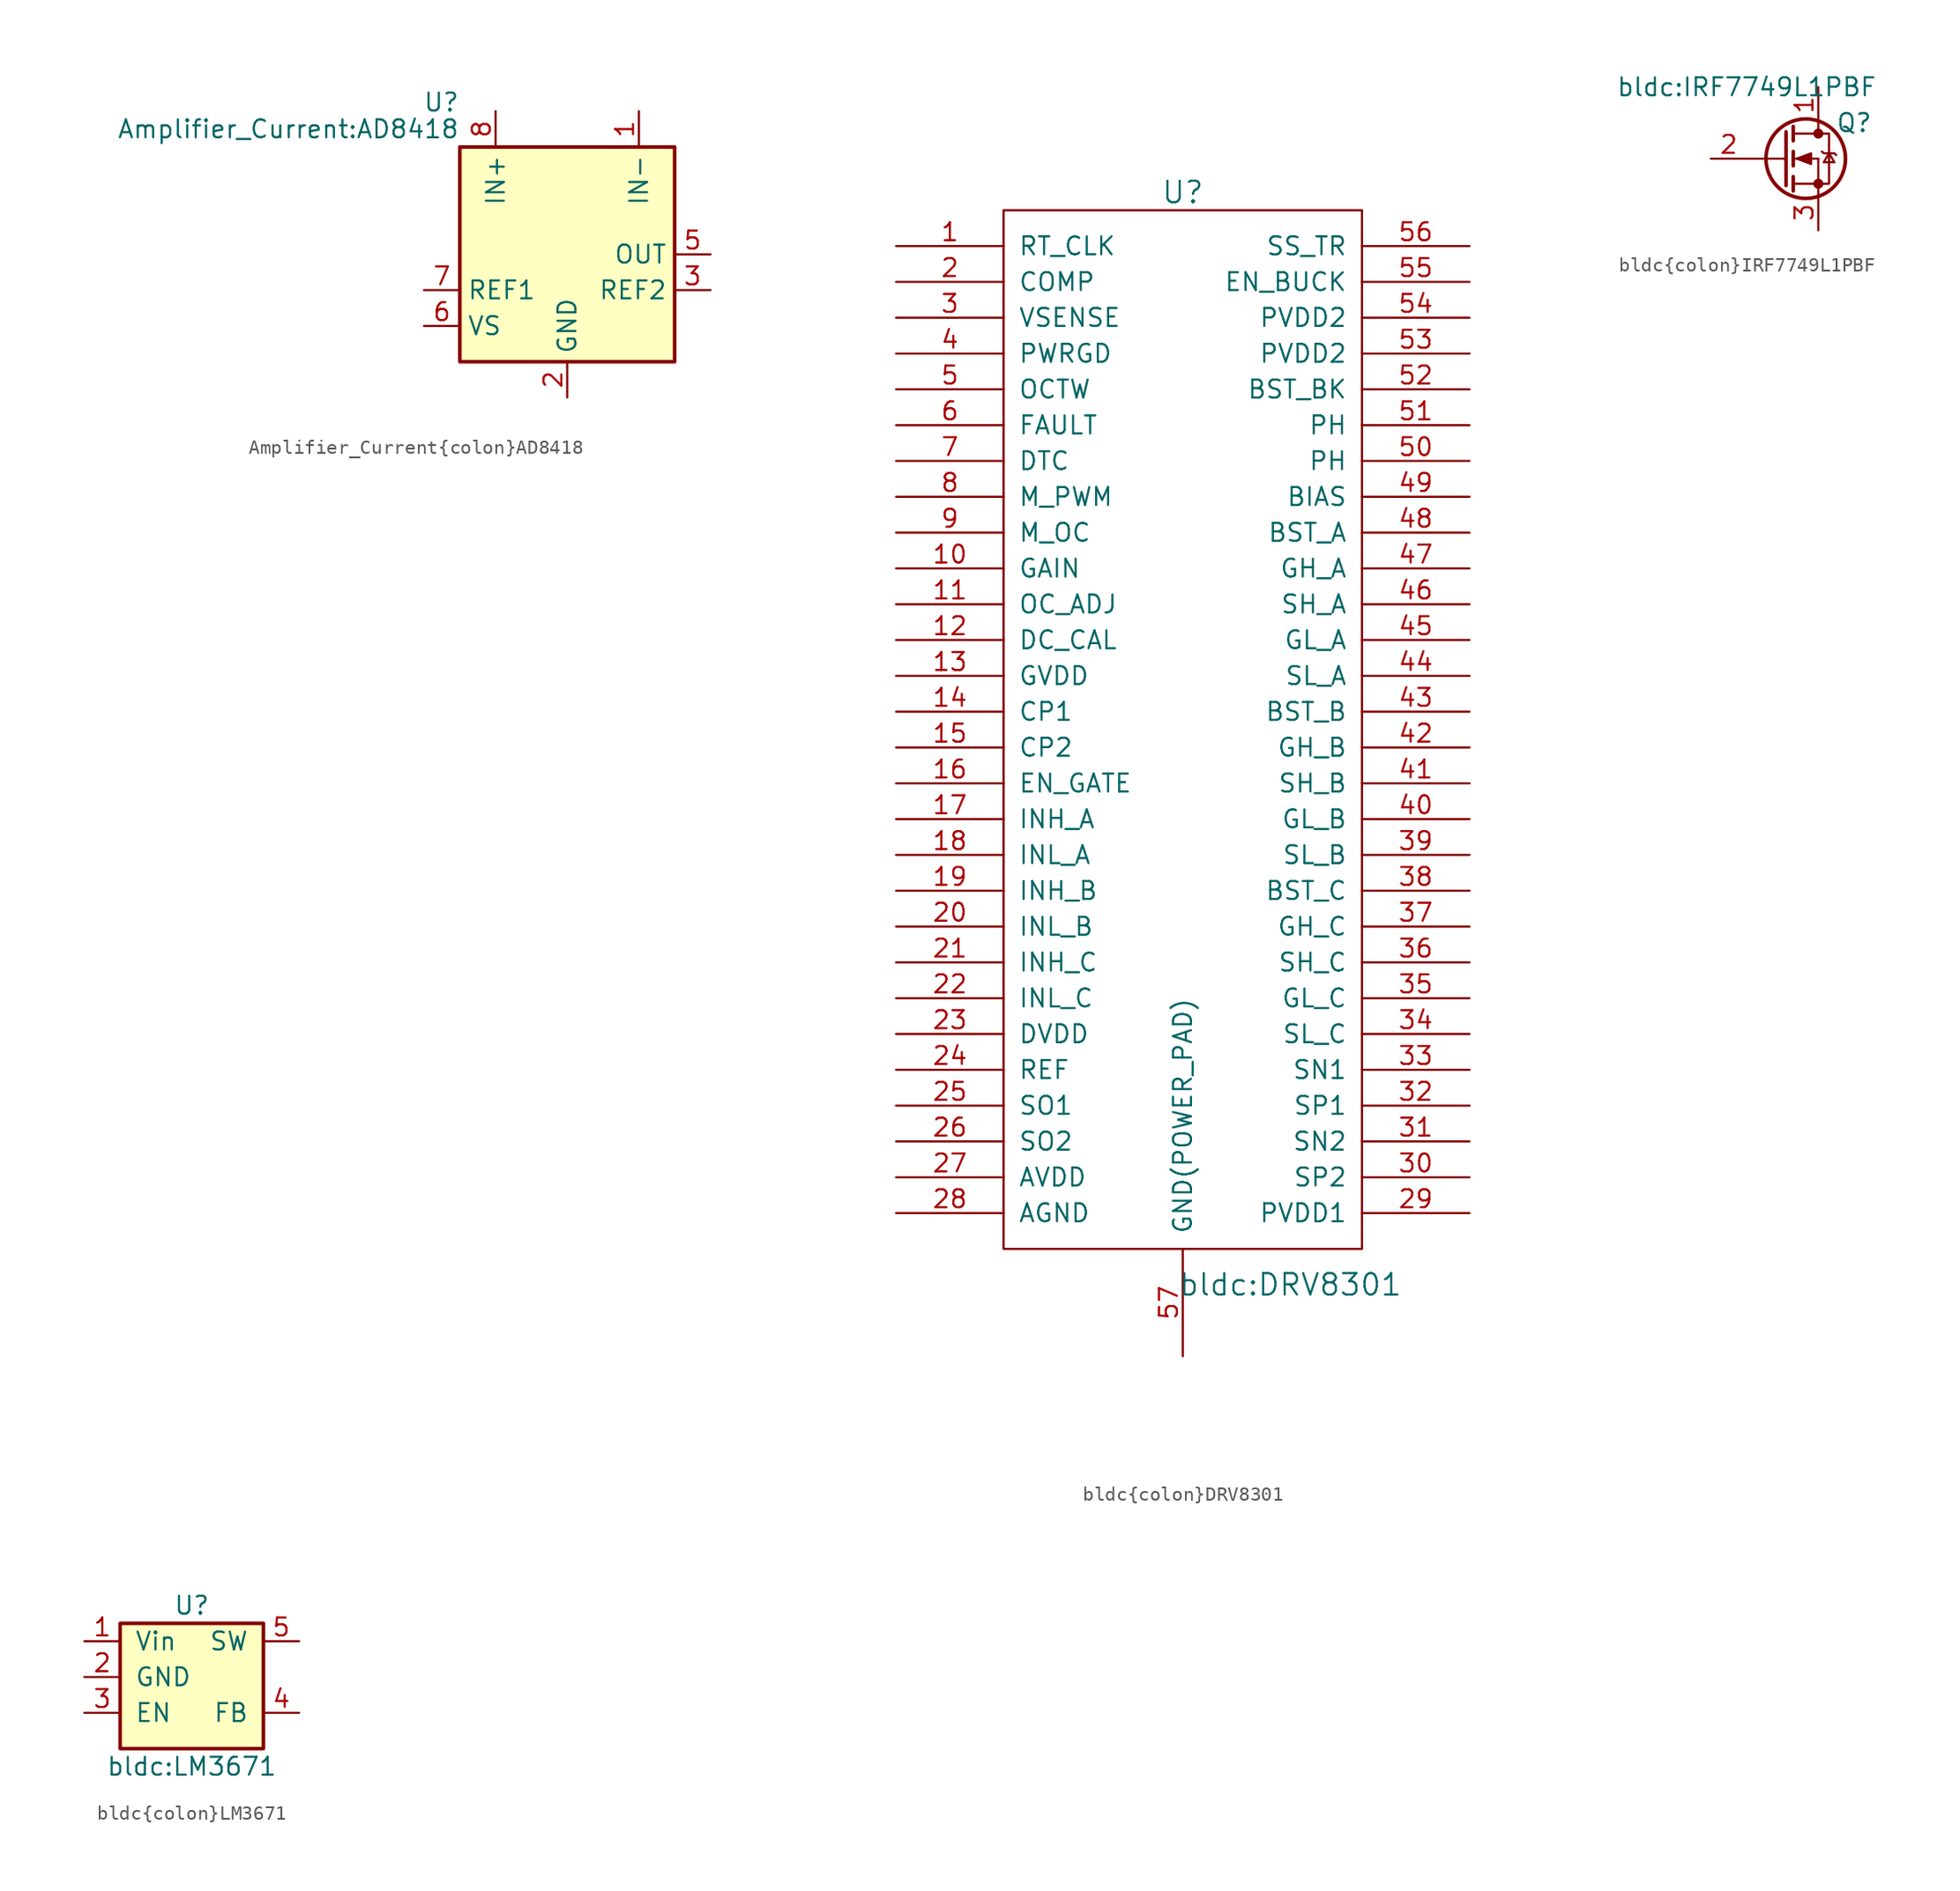
<source format=kicad_sym>
(kicad_symbol_lib
  (version 20231120)
  (generator "kicad_symbol_editor")
  (generator_version "8.0")
  (symbol "Amplifier_Current{colon}AD8418"
    (property "Reference" "U"
      (at -7.62 10.795 0)
      (effects (font (size 1.27 1.27)) (justify right)))
    (property "Value" "Amplifier_Current:AD8418"
      (at -7.62 8.89 0)
      (effects (font (size 1.27 1.27)) (justify right)))
    (symbol "Amplifier_Current{colon}AD8418_0_1"
      (rectangle (start -7.62 7.62) (end 7.62 -7.62) (stroke (width 0.254) (type solid)) (fill (type background))))
    (symbol "Amplifier_Current{colon}AD8418_1_1"
      (pin input line (at 5.08 10.16 270) (length 2.54) (name "IN-" (effects (font (size 1.27 1.27)))) (number "1" (effects (font (size 1.27 1.27)))))
      (pin power_in line (at 0 -10.16 90) (length 2.54) (name "GND" (effects (font (size 1.27 1.27)))) (number "2" (effects (font (size 1.27 1.27)))))
      (pin input line (at 10.16 -2.54 180) (length 2.54) (name "REF2" (effects (font (size 1.27 1.27)))) (number "3" (effects (font (size 1.27 1.27)))))
      (pin no_connect line (at 2.54 -7.62 90) (length 2.54) hide (name "NC" (effects (font (size 1.27 1.27)))) (number "4" (effects (font (size 1.27 1.27)))))
      (pin output line (at 10.16 0 180) (length 2.54) (name "OUT" (effects (font (size 1.27 1.27)))) (number "5" (effects (font (size 1.27 1.27)))))
      (pin power_in line (at -10.16 -5.08 0) (length 2.54) (name "VS" (effects (font (size 1.27 1.27)))) (number "6" (effects (font (size 1.27 1.27)))))
      (pin input line (at -10.16 -2.54 0) (length 2.54) (name "REF1" (effects (font (size 1.27 1.27)))) (number "7" (effects (font (size 1.27 1.27)))))
      (pin input line (at -5.08 10.16 270) (length 2.54) (name "IN+" (effects (font (size 1.27 1.27)))) (number "8" (effects (font (size 1.27 1.27)))))))
  (symbol "bldc{colon}DRV8301"
    (pin_names
      (offset 1.016))
    (property "Reference" "U"
      (at 0 38.1 0)
      (effects (font (size 1.524 1.524))))
    (property "Value" "bldc:DRV8301"
      (at 7.62 -39.37 0)
      (effects (font (size 1.524 1.524))))
    (property "Footprint" ""
      (at 0 0 0)
      (effects (font (size 1.524 1.524))))
    (property "Datasheet" ""
      (at 0 0 0)
      (effects (font (size 1.524 1.524))))
    (symbol "bldc{colon}DRV8301_0_1"
      (rectangle (start 12.7 -36.83) (end -12.7 36.83) (stroke (width 0) (type solid)) (fill (type none))))
    (symbol "bldc{colon}DRV8301_1_0"
      (pin passive line (at 20.32 21.59 180) (length 7.62) (name "PH" (effects (font (size 1.27 1.27)))) (number "51" (effects (font (size 1.27 1.27))))))
    (symbol "bldc{colon}DRV8301_1_1"
      (pin input line (at -20.32 34.29 0) (length 7.62) (name "RT_CLK" (effects (font (size 1.27 1.27)))) (number "1" (effects (font (size 1.27 1.27)))))
      (pin input line (at -20.32 11.43 0) (length 7.62) (name "GAIN" (effects (font (size 1.27 1.27)))) (number "10" (effects (font (size 1.27 1.27)))))
      (pin input line (at -20.32 8.89 0) (length 7.62) (name "OC_ADJ" (effects (font (size 1.27 1.27)))) (number "11" (effects (font (size 1.27 1.27)))))
      (pin input line (at -20.32 6.35 0) (length 7.62) (name "DC_CAL" (effects (font (size 1.27 1.27)))) (number "12" (effects (font (size 1.27 1.27)))))
      (pin power_out line (at -20.32 3.81 0) (length 7.62) (name "GVDD" (effects (font (size 1.27 1.27)))) (number "13" (effects (font (size 1.27 1.27)))))
      (pin power_out line (at -20.32 1.27 0) (length 7.62) (name "CP1" (effects (font (size 1.27 1.27)))) (number "14" (effects (font (size 1.27 1.27)))))
      (pin power_out line (at -20.32 -1.27 0) (length 7.62) (name "CP2" (effects (font (size 1.27 1.27)))) (number "15" (effects (font (size 1.27 1.27)))))
      (pin input line (at -20.32 -3.81 0) (length 7.62) (name "EN_GATE" (effects (font (size 1.27 1.27)))) (number "16" (effects (font (size 1.27 1.27)))))
      (pin input line (at -20.32 -6.35 0) (length 7.62) (name "INH_A" (effects (font (size 1.27 1.27)))) (number "17" (effects (font (size 1.27 1.27)))))
      (pin input line (at -20.32 -8.89 0) (length 7.62) (name "INL_A" (effects (font (size 1.27 1.27)))) (number "18" (effects (font (size 1.27 1.27)))))
      (pin input line (at -20.32 -11.43 0) (length 7.62) (name "INH_B" (effects (font (size 1.27 1.27)))) (number "19" (effects (font (size 1.27 1.27)))))
      (pin output line (at -20.32 31.75 0) (length 7.62) (name "COMP" (effects (font (size 1.27 1.27)))) (number "2" (effects (font (size 1.27 1.27)))))
      (pin input line (at -20.32 -13.97 0) (length 7.62) (name "INL_B" (effects (font (size 1.27 1.27)))) (number "20" (effects (font (size 1.27 1.27)))))
      (pin input line (at -20.32 -16.51 0) (length 7.62) (name "INH_C" (effects (font (size 1.27 1.27)))) (number "21" (effects (font (size 1.27 1.27)))))
      (pin input line (at -20.32 -19.05 0) (length 7.62) (name "INL_C" (effects (font (size 1.27 1.27)))) (number "22" (effects (font (size 1.27 1.27)))))
      (pin power_out line (at -20.32 -21.59 0) (length 7.62) (name "DVDD" (effects (font (size 1.27 1.27)))) (number "23" (effects (font (size 1.27 1.27)))))
      (pin input line (at -20.32 -24.13 0) (length 7.62) (name "REF" (effects (font (size 1.27 1.27)))) (number "24" (effects (font (size 1.27 1.27)))))
      (pin output line (at -20.32 -26.67 0) (length 7.62) (name "SO1" (effects (font (size 1.27 1.27)))) (number "25" (effects (font (size 1.27 1.27)))))
      (pin output line (at -20.32 -29.21 0) (length 7.62) (name "SO2" (effects (font (size 1.27 1.27)))) (number "26" (effects (font (size 1.27 1.27)))))
      (pin power_out line (at -20.32 -31.75 0) (length 7.62) (name "AVDD" (effects (font (size 1.27 1.27)))) (number "27" (effects (font (size 1.27 1.27)))))
      (pin power_in line (at -20.32 -34.29 0) (length 7.62) (name "AGND" (effects (font (size 1.27 1.27)))) (number "28" (effects (font (size 1.27 1.27)))))
      (pin power_in line (at 20.32 -34.29 180) (length 7.62) (name "PVDD1" (effects (font (size 1.27 1.27)))) (number "29" (effects (font (size 1.27 1.27)))))
      (pin input line (at -20.32 29.21 0) (length 7.62) (name "VSENSE" (effects (font (size 1.27 1.27)))) (number "3" (effects (font (size 1.27 1.27)))))
      (pin input line (at 20.32 -31.75 180) (length 7.62) (name "SP2" (effects (font (size 1.27 1.27)))) (number "30" (effects (font (size 1.27 1.27)))))
      (pin input line (at 20.32 -29.21 180) (length 7.62) (name "SN2" (effects (font (size 1.27 1.27)))) (number "31" (effects (font (size 1.27 1.27)))))
      (pin input line (at 20.32 -26.67 180) (length 7.62) (name "SP1" (effects (font (size 1.27 1.27)))) (number "32" (effects (font (size 1.27 1.27)))))
      (pin input line (at 20.32 -24.13 180) (length 7.62) (name "SN1" (effects (font (size 1.27 1.27)))) (number "33" (effects (font (size 1.27 1.27)))))
      (pin input line (at 20.32 -21.59 180) (length 7.62) (name "SL_C" (effects (font (size 1.27 1.27)))) (number "34" (effects (font (size 1.27 1.27)))))
      (pin output line (at 20.32 -19.05 180) (length 7.62) (name "GL_C" (effects (font (size 1.27 1.27)))) (number "35" (effects (font (size 1.27 1.27)))))
      (pin input line (at 20.32 -16.51 180) (length 7.62) (name "SH_C" (effects (font (size 1.27 1.27)))) (number "36" (effects (font (size 1.27 1.27)))))
      (pin output line (at 20.32 -13.97 180) (length 7.62) (name "GH_C" (effects (font (size 1.27 1.27)))) (number "37" (effects (font (size 1.27 1.27)))))
      (pin power_out line (at 20.32 -11.43 180) (length 7.62) (name "BST_C" (effects (font (size 1.27 1.27)))) (number "38" (effects (font (size 1.27 1.27)))))
      (pin input line (at 20.32 -8.89 180) (length 7.62) (name "SL_B" (effects (font (size 1.27 1.27)))) (number "39" (effects (font (size 1.27 1.27)))))
      (pin input line (at -20.32 26.67 0) (length 7.62) (name "PWRGD" (effects (font (size 1.27 1.27)))) (number "4" (effects (font (size 1.27 1.27)))))
      (pin output line (at 20.32 -6.35 180) (length 7.62) (name "GL_B" (effects (font (size 1.27 1.27)))) (number "40" (effects (font (size 1.27 1.27)))))
      (pin input line (at 20.32 -3.81 180) (length 7.62) (name "SH_B" (effects (font (size 1.27 1.27)))) (number "41" (effects (font (size 1.27 1.27)))))
      (pin output line (at 20.32 -1.27 180) (length 7.62) (name "GH_B" (effects (font (size 1.27 1.27)))) (number "42" (effects (font (size 1.27 1.27)))))
      (pin power_out line (at 20.32 1.27 180) (length 7.62) (name "BST_B" (effects (font (size 1.27 1.27)))) (number "43" (effects (font (size 1.27 1.27)))))
      (pin input line (at 20.32 3.81 180) (length 7.62) (name "SL_A" (effects (font (size 1.27 1.27)))) (number "44" (effects (font (size 1.27 1.27)))))
      (pin output line (at 20.32 6.35 180) (length 7.62) (name "GL_A" (effects (font (size 1.27 1.27)))) (number "45" (effects (font (size 1.27 1.27)))))
      (pin input line (at 20.32 8.89 180) (length 7.62) (name "SH_A" (effects (font (size 1.27 1.27)))) (number "46" (effects (font (size 1.27 1.27)))))
      (pin output line (at 20.32 11.43 180) (length 7.62) (name "GH_A" (effects (font (size 1.27 1.27)))) (number "47" (effects (font (size 1.27 1.27)))))
      (pin power_out line (at 20.32 13.97 180) (length 7.62) (name "BST_A" (effects (font (size 1.27 1.27)))) (number "48" (effects (font (size 1.27 1.27)))))
      (pin input line (at 20.32 16.51 180) (length 7.62) (name "BIAS" (effects (font (size 1.27 1.27)))) (number "49" (effects (font (size 1.27 1.27)))))
      (pin output line (at -20.32 24.13 0) (length 7.62) (name "OCTW" (effects (font (size 1.27 1.27)))) (number "5" (effects (font (size 1.27 1.27)))))
      (pin output line (at 20.32 19.05 180) (length 7.62) (name "PH" (effects (font (size 1.27 1.27)))) (number "50" (effects (font (size 1.27 1.27)))))
      (pin power_out line (at 20.32 24.13 180) (length 7.62) (name "BST_BK" (effects (font (size 1.27 1.27)))) (number "52" (effects (font (size 1.27 1.27)))))
      (pin power_in line (at 20.32 26.67 180) (length 7.62) (name "PVDD2" (effects (font (size 1.27 1.27)))) (number "53" (effects (font (size 1.27 1.27)))))
      (pin power_in line (at 20.32 29.21 180) (length 7.62) (name "PVDD2" (effects (font (size 1.27 1.27)))) (number "54" (effects (font (size 1.27 1.27)))))
      (pin input line (at 20.32 31.75 180) (length 7.62) (name "EN_BUCK" (effects (font (size 1.27 1.27)))) (number "55" (effects (font (size 1.27 1.27)))))
      (pin input line (at 20.32 34.29 180) (length 7.62) (name "SS_TR" (effects (font (size 1.27 1.27)))) (number "56" (effects (font (size 1.27 1.27)))))
      (pin power_in line (at 0 -44.45 90) (length 7.62) (name "GND(POWER_PAD)" (effects (font (size 1.27 1.27)))) (number "57" (effects (font (size 1.27 1.27)))))
      (pin output line (at -20.32 21.59 0) (length 7.62) (name "FAULT" (effects (font (size 1.27 1.27)))) (number "6" (effects (font (size 1.27 1.27)))))
      (pin input line (at -20.32 19.05 0) (length 7.62) (name "DTC" (effects (font (size 1.27 1.27)))) (number "7" (effects (font (size 1.27 1.27)))))
      (pin input line (at -20.32 16.51 0) (length 7.62) (name "M_PWM" (effects (font (size 1.27 1.27)))) (number "8" (effects (font (size 1.27 1.27)))))
      (pin input line (at -20.32 13.97 0) (length 7.62) (name "M_OC" (effects (font (size 1.27 1.27)))) (number "9" (effects (font (size 1.27 1.27)))))))
  (symbol "bldc{colon}IRF7749L1PBF"
    (pin_names
      (offset 0) hide)
    (property "Reference" "Q"
      (at 2.54 2.54 0)
      (effects (font (size 1.27 1.27))))
    (property "Value" "bldc:IRF7749L1PBF"
      (at -5.08 5.08 0)
      (effects (font (size 1.27 1.27))))
    (symbol "bldc{colon}IRF7749L1PBF_1_1"
      (circle (center -0.889 0) (radius 2.819) (stroke (width 0.254) (type solid)) (fill (type none)))
      (circle (center 0 -1.778) (radius 0.279) (stroke (width 0) (type solid)) (fill (type outline)))
      (polyline (pts (xy -5.08 0) (xy -2.286 0)) (stroke (width 0) (type solid)) (fill (type none)))
      (polyline (pts (xy -1.778 -1.778) (xy 0 -1.778)) (stroke (width 0) (type solid)) (fill (type none)))
      (polyline (pts (xy -1.778 -1.27) (xy -1.778 -2.286)) (stroke (width 0.254) (type solid)) (fill (type none)))
      (polyline (pts (xy -1.778 0) (xy 0 0)) (stroke (width 0) (type solid)) (fill (type none)))
      (polyline (pts (xy -1.778 0.508) (xy -1.778 -0.508)) (stroke (width 0.254) (type solid)) (fill (type none)))
      (polyline (pts (xy -1.778 1.778) (xy 0 1.778)) (stroke (width 0) (type solid)) (fill (type none)))
      (polyline (pts (xy -1.778 2.286) (xy -1.778 1.27)) (stroke (width 0.254) (type solid)) (fill (type none)))
      (polyline (pts (xy 0 -1.778) (xy 0 -2.54)) (stroke (width 0) (type solid)) (fill (type none)))
      (polyline (pts (xy 0 -1.778) (xy 0 0)) (stroke (width 0) (type solid)) (fill (type none)))
      (polyline (pts (xy 0 2.54) (xy 0 1.778)) (stroke (width 0) (type solid)) (fill (type none)))
      (polyline (pts (xy -2.286 1.905) (xy -2.286 -1.905) (xy -2.286 -1.905)) (stroke (width 0.254) (type solid)) (fill (type none)))
      (polyline (pts (xy -1.524 0) (xy -0.508 0.381) (xy -0.508 -0.381) (xy -1.524 0)) (stroke (width 0) (type solid)) (fill (type outline)))
      (polyline (pts (xy 0 -1.778) (xy 0.762 -1.778) (xy 0.762 1.778) (xy 0 1.778)) (stroke (width 0) (type solid)) (fill (type none)))
      (polyline (pts (xy 0.254 0.508) (xy 0.381 0.381) (xy 1.143 0.381) (xy 1.27 0.254)) (stroke (width 0) (type solid)) (fill (type none)))
      (polyline (pts (xy 0.762 0.381) (xy 0.381 -0.254) (xy 1.143 -0.254) (xy 0.762 0.381)) (stroke (width 0) (type solid)) (fill (type none)))
      (circle (center 0 1.778) (radius 0.279) (stroke (width 0) (type solid)) (fill (type outline)))
      (pin passive line (at 0 5.08 270) (length 2.54) (name "D" (effects (font (size 1.27 1.27)))) (number "1" (effects (font (size 1.27 1.27)))))
      (pin input line (at -7.62 0 0) (length 2.54) (name "G" (effects (font (size 1.27 1.27)))) (number "2" (effects (font (size 1.27 1.27)))))
      (pin passive line (at 0 -5.08 90) (length 2.54) (name "S" (effects (font (size 1.27 1.27)))) (number "3" (effects (font (size 1.27 1.27)))))))
  (symbol "bldc{colon}LM3671"
    (pin_names
      (offset 1.016))
    (property "Reference" "U"
      (at 0 5.08 0)
      (effects (font (size 1.27 1.27))))
    (property "Value" "bldc:LM3671"
      (at 0 -6.35 0)
      (effects (font (size 1.27 1.27))))
    (symbol "bldc{colon}LM3671_1_1"
      (rectangle (start -5.08 3.81) (end 5.08 -5.08) (stroke (width 0.254) (type solid)) (fill (type background)))
      (pin power_in line (at -7.62 2.54 0) (length 2.54) (name "Vin" (effects (font (size 1.27 1.27)))) (number "1" (effects (font (size 1.27 1.27)))))
      (pin power_in line (at -7.62 0 0) (length 2.54) (name "GND" (effects (font (size 1.27 1.27)))) (number "2" (effects (font (size 1.27 1.27)))))
      (pin input line (at -7.62 -2.54 0) (length 2.54) (name "EN" (effects (font (size 1.27 1.27)))) (number "3" (effects (font (size 1.27 1.27)))))
      (pin input line (at 7.62 -2.54 180) (length 2.54) (name "FB" (effects (font (size 1.27 1.27)))) (number "4" (effects (font (size 1.27 1.27)))))
      (pin input line (at 7.62 2.54 180) (length 2.54) (name "SW" (effects (font (size 1.27 1.27)))) (number "5" (effects (font (size 1.27 1.27))))))))
</source>
